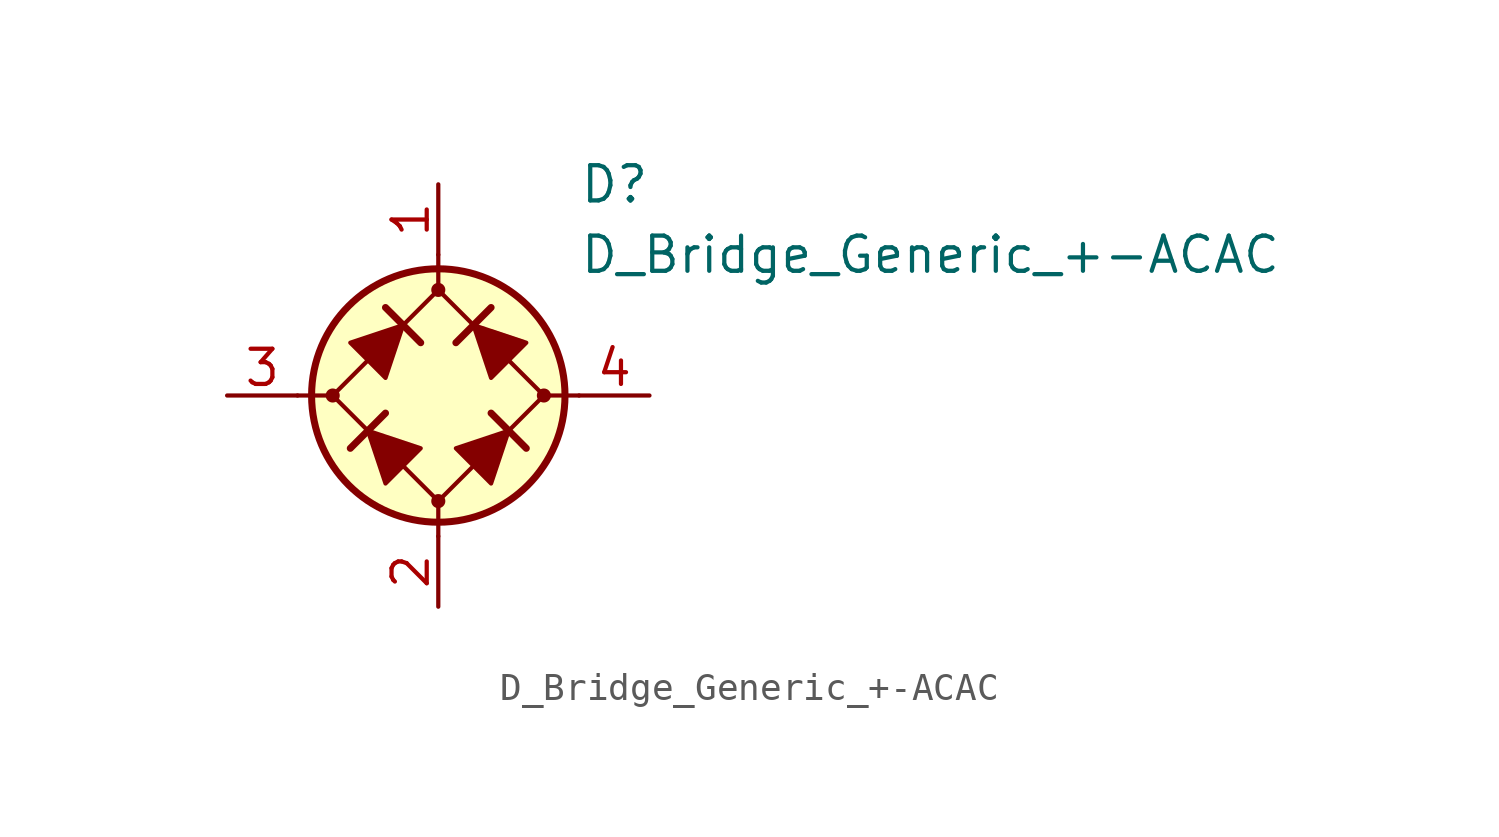
<source format=kicad_sym>
(kicad_symbol_lib
  (version 20201005)
  (generator kicad_symbol_editor)
  (symbol "Diode_Bridge_AKL:D_Bridge_Generic_+-ACAC"
    (pin_names
      (offset 1.016) hide)
    (property "Reference" "D"
      (at 5.08 7.62 0)
      (effects (font (size 1.27 1.27)) (justify left)))
    (property "Value" "D_Bridge_Generic_+-ACAC"
      (at 5.08 5.08 0)
      (effects (font (size 1.27 1.27)) (justify left)))
    (symbol "D_Bridge_Generic_+-ACAC_0_1"
      (circle (center -3.81 0) (radius 0.178) (stroke (width 0)) (fill (type outline)))
      (circle (center 0 0) (radius 4.572) (stroke (width 0.254)) (fill (type background)))
      (polyline (pts (xy -5.08 0) (xy -3.81 0)) (stroke (width 0)) (fill (type none)))
      (polyline (pts (xy -1.905 -0.635) (xy -3.175 -1.905)) (stroke (width 0.254)) (fill (type none)))
      (polyline (pts (xy -1.905 3.175) (xy -0.635 1.905)) (stroke (width 0.254)) (fill (type none)))
      (polyline (pts (xy 0 -5.08) (xy 0 -3.81)) (stroke (width 0)) (fill (type none)))
      (polyline (pts (xy 0 5.08) (xy 0 3.81)) (stroke (width 0)) (fill (type none)))
      (polyline (pts (xy 1.905 3.175) (xy 0.635 1.905)) (stroke (width 0.254)) (fill (type none)))
      (polyline (pts (xy 3.175 -1.905) (xy 1.905 -0.635)) (stroke (width 0.254)) (fill (type none)))
      (polyline (pts (xy 5.08 0) (xy 3.81 0)) (stroke (width 0)) (fill (type none)))
      (polyline (pts (xy 0 3.81) (xy -3.81 0) (xy 0 -3.81) (xy 3.81 0) (xy 0 3.81)) (stroke (width 0)) (fill (type none)))
      (polyline (pts (xy -2.54 -1.27) (xy -1.905 -3.175) (xy -0.635 -1.905) (xy -2.54 -1.27)) (stroke (width 0)) (fill (type outline)))
      (polyline (pts (xy -1.27 2.54) (xy -1.905 0.635) (xy -3.175 1.905) (xy -1.27 2.54)) (stroke (width 0)) (fill (type outline)))
      (polyline (pts (xy 1.27 2.54) (xy 3.175 1.905) (xy 1.905 0.635) (xy 1.27 2.54)) (stroke (width 0)) (fill (type outline)))
      (polyline (pts (xy 2.54 -1.27) (xy 0.635 -1.905) (xy 1.905 -3.175) (xy 2.54 -1.27)) (stroke (width 0)) (fill (type outline))))
    (symbol "D_Bridge_Generic_+-ACAC_1_1"
      (circle (center 0 -3.81) (radius 0.178) (stroke (width 0)) (fill (type outline)))
      (circle (center 0 3.81) (radius 0.178) (stroke (width 0)) (fill (type outline)))
      (circle (center 3.81 0) (radius 0.178) (stroke (width 0)) (fill (type outline)))
      (pin passive line (at 0 7.62 270) (length 2.54) (name "+" (effects (font (size 1.27 1.27)))) (number "1" (effects (font (size 1.27 1.27)))))
      (pin passive line (at 0 -7.62 90) (length 2.54) (name "-" (effects (font (size 1.27 1.27)))) (number "2" (effects (font (size 1.27 1.27)))))
      (pin passive line (at -7.62 0 0) (length 2.54) (name "1" (effects (font (size 1.27 1.27)))) (number "3" (effects (font (size 1.27 1.27)))))
      (pin passive line (at 7.62 0 180) (length 2.54) (name "2" (effects (font (size 1.27 1.27)))) (number "4" (effects (font (size 1.27 1.27))))))))
</source>
